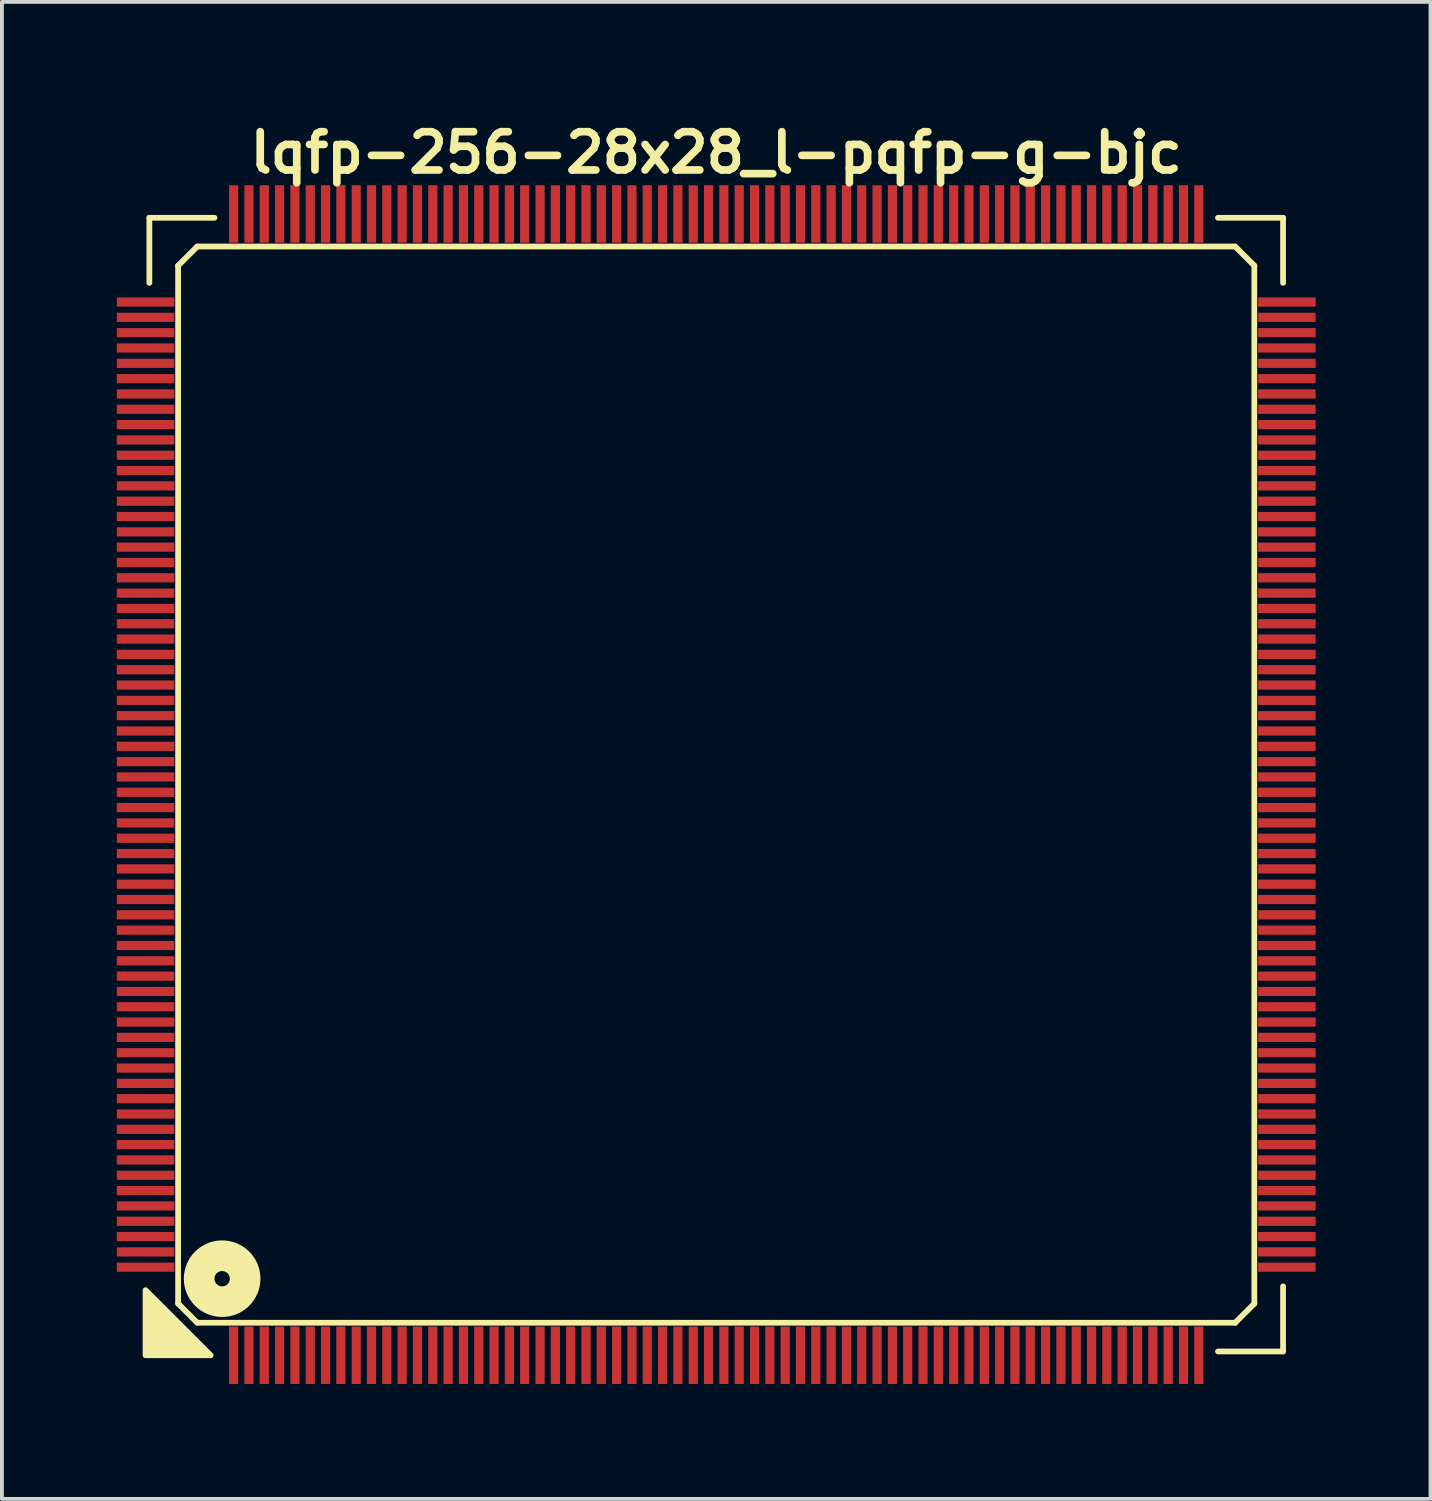
<source format=kicad_pcb>
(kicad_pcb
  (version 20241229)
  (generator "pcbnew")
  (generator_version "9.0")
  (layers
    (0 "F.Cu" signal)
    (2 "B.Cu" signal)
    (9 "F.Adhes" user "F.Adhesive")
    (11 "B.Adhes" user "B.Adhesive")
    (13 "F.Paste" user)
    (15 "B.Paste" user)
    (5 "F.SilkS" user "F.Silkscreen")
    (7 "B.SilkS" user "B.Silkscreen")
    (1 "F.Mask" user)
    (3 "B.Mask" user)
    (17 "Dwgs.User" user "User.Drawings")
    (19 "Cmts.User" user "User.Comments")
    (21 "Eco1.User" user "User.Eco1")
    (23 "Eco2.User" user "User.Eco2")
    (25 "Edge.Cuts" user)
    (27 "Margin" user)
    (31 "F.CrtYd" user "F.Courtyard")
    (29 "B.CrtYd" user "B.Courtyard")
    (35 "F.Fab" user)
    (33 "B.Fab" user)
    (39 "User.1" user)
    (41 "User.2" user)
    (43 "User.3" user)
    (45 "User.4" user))
  (footprint "lqfp-256-28x28_l-pqfp-g-bjc"
    (layer "F.Cu")
    (at 15.65 17.436)
    (property "Reference" "lqfp-256-28x28_l-pqfp-g-bjc" (at 0 -16.5 0) (layer "F.SilkS") (effects (font (size 1 1) (thickness 0.2))))
    (attr smd)
    (fp_line (start -14.8 -14.8) (end -13.1 -14.8) (stroke (width 0.15) (type solid)) (layer "F.SilkS"))
    (fp_line (start -14.8 -13.1) (end -14.8 -14.8) (stroke (width 0.15) (type solid)) (layer "F.SilkS"))
    (fp_line (start -14.05 -13.55) (end -13.55 -14.05) (stroke (width 0.15) (type solid)) (layer "F.SilkS"))
    (fp_line (start -14.05 13.55) (end -14.05 -13.55) (stroke (width 0.15) (type solid)) (layer "F.SilkS"))
    (fp_line (start -13.55 -14.05) (end 13.55 -14.05) (stroke (width 0.15) (type solid)) (layer "F.SilkS"))
    (fp_line (start -13.55 14.05) (end -14.05 13.55) (stroke (width 0.15) (type solid)) (layer "F.SilkS"))
    (fp_line (start 13.1 -14.8) (end 14.8 -14.8) (stroke (width 0.15) (type solid)) (layer "F.SilkS"))
    (fp_line (start 13.55 -14.05) (end 14.05 -13.55) (stroke (width 0.15) (type solid)) (layer "F.SilkS"))
    (fp_line (start 13.55 14.05) (end -13.55 14.05) (stroke (width 0.15) (type solid)) (layer "F.SilkS"))
    (fp_line (start 14.05 -13.55) (end 14.05 13.55) (stroke (width 0.15) (type solid)) (layer "F.SilkS"))
    (fp_line (start 14.05 13.55) (end 13.55 14.05) (stroke (width 0.15) (type solid)) (layer "F.SilkS"))
    (fp_line (start 14.8 -14.8) (end 14.8 -13.1) (stroke (width 0.15) (type solid)) (layer "F.SilkS"))
    (fp_line (start 14.8 13.1) (end 14.8 14.8) (stroke (width 0.15) (type solid)) (layer "F.SilkS"))
    (fp_line (start 14.8 14.8) (end 13.1 14.8) (stroke (width 0.15) (type solid)) (layer "F.SilkS"))
    (fp_circle (center -12.9 12.9) (end -12.7 12.9) (stroke (width 0.8) (type solid)) (fill no) (layer "F.SilkS"))
    (fp_poly (pts (xy -13.2 14.9) (xy -14.9 14.9) (xy -14.9 13.2)) (stroke (width 0.15) (type solid)) (fill yes) (layer "F.SilkS"))
    (pad "1" smd rect (at -12.6 14.9) (size 0.24 1.5) (layers "F.Cu" "F.Mask" "F.Paste"))
    (pad "2" smd rect (at -12.2 14.9) (size 0.24 1.5) (layers "F.Cu" "F.Mask" "F.Paste"))
    (pad "3" smd rect (at -11.8 14.9) (size 0.24 1.5) (layers "F.Cu" "F.Mask" "F.Paste"))
    (pad "4" smd rect (at -11.4 14.9) (size 0.24 1.5) (layers "F.Cu" "F.Mask" "F.Paste"))
    (pad "5" smd rect (at -11 14.9) (size 0.24 1.5) (layers "F.Cu" "F.Mask" "F.Paste"))
    (pad "6" smd rect (at -10.6 14.9) (size 0.24 1.5) (layers "F.Cu" "F.Mask" "F.Paste"))
    (pad "7" smd rect (at -10.2 14.9) (size 0.24 1.5) (layers "F.Cu" "F.Mask" "F.Paste"))
    (pad "8" smd rect (at -9.8 14.9) (size 0.24 1.5) (layers "F.Cu" "F.Mask" "F.Paste"))
    (pad "9" smd rect (at -9.4 14.9) (size 0.24 1.5) (layers "F.Cu" "F.Mask" "F.Paste"))
    (pad "10" smd rect (at -9 14.9) (size 0.24 1.5) (layers "F.Cu" "F.Mask" "F.Paste"))
    (pad "11" smd rect (at -8.6 14.9) (size 0.24 1.5) (layers "F.Cu" "F.Mask" "F.Paste"))
    (pad "12" smd rect (at -8.2 14.9) (size 0.24 1.5) (layers "F.Cu" "F.Mask" "F.Paste"))
    (pad "13" smd rect (at -7.8 14.9) (size 0.24 1.5) (layers "F.Cu" "F.Mask" "F.Paste"))
    (pad "14" smd rect (at -7.4 14.9) (size 0.24 1.5) (layers "F.Cu" "F.Mask" "F.Paste"))
    (pad "15" smd rect (at -7 14.9) (size 0.24 1.5) (layers "F.Cu" "F.Mask" "F.Paste"))
    (pad "16" smd rect (at -6.6 14.9) (size 0.24 1.5) (layers "F.Cu" "F.Mask" "F.Paste"))
    (pad "17" smd rect (at -6.2 14.9) (size 0.24 1.5) (layers "F.Cu" "F.Mask" "F.Paste"))
    (pad "18" smd rect (at -5.8 14.9) (size 0.24 1.5) (layers "F.Cu" "F.Mask" "F.Paste"))
    (pad "19" smd rect (at -5.4 14.9) (size 0.24 1.5) (layers "F.Cu" "F.Mask" "F.Paste"))
    (pad "20" smd rect (at -5 14.9) (size 0.24 1.5) (layers "F.Cu" "F.Mask" "F.Paste"))
    (pad "21" smd rect (at -4.6 14.9) (size 0.24 1.5) (layers "F.Cu" "F.Mask" "F.Paste"))
    (pad "22" smd rect (at -4.2 14.9) (size 0.24 1.5) (layers "F.Cu" "F.Mask" "F.Paste"))
    (pad "23" smd rect (at -3.8 14.9) (size 0.24 1.5) (layers "F.Cu" "F.Mask" "F.Paste"))
    (pad "24" smd rect (at -3.4 14.9) (size 0.24 1.5) (layers "F.Cu" "F.Mask" "F.Paste"))
    (pad "25" smd rect (at -3 14.9) (size 0.24 1.5) (layers "F.Cu" "F.Mask" "F.Paste"))
    (pad "26" smd rect (at -2.6 14.9) (size 0.24 1.5) (layers "F.Cu" "F.Mask" "F.Paste"))
    (pad "27" smd rect (at -2.2 14.9) (size 0.24 1.5) (layers "F.Cu" "F.Mask" "F.Paste"))
    (pad "28" smd rect (at -1.8 14.9) (size 0.24 1.5) (layers "F.Cu" "F.Mask" "F.Paste"))
    (pad "29" smd rect (at -1.4 14.9) (size 0.24 1.5) (layers "F.Cu" "F.Mask" "F.Paste"))
    (pad "30" smd rect (at -1 14.9) (size 0.24 1.5) (layers "F.Cu" "F.Mask" "F.Paste"))
    (pad "31" smd rect (at -0.6 14.9) (size 0.24 1.5) (layers "F.Cu" "F.Mask" "F.Paste"))
    (pad "32" smd rect (at -0.2 14.9) (size 0.24 1.5) (layers "F.Cu" "F.Mask" "F.Paste"))
    (pad "33" smd rect (at 0.2 14.9) (size 0.24 1.5) (layers "F.Cu" "F.Mask" "F.Paste"))
    (pad "34" smd rect (at 0.6 14.9) (size 0.24 1.5) (layers "F.Cu" "F.Mask" "F.Paste"))
    (pad "35" smd rect (at 1 14.9) (size 0.24 1.5) (layers "F.Cu" "F.Mask" "F.Paste"))
    (pad "36" smd rect (at 1.4 14.9) (size 0.24 1.5) (layers "F.Cu" "F.Mask" "F.Paste"))
    (pad "37" smd rect (at 1.8 14.9) (size 0.24 1.5) (layers "F.Cu" "F.Mask" "F.Paste"))
    (pad "38" smd rect (at 2.2 14.9) (size 0.24 1.5) (layers "F.Cu" "F.Mask" "F.Paste"))
    (pad "39" smd rect (at 2.6 14.9) (size 0.24 1.5) (layers "F.Cu" "F.Mask" "F.Paste"))
    (pad "40" smd rect (at 3 14.9) (size 0.24 1.5) (layers "F.Cu" "F.Mask" "F.Paste"))
    (pad "41" smd rect (at 3.4 14.9) (size 0.24 1.5) (layers "F.Cu" "F.Mask" "F.Paste"))
    (pad "42" smd rect (at 3.8 14.9) (size 0.24 1.5) (layers "F.Cu" "F.Mask" "F.Paste"))
    (pad "43" smd rect (at 4.2 14.9) (size 0.24 1.5) (layers "F.Cu" "F.Mask" "F.Paste"))
    (pad "44" smd rect (at 4.6 14.9) (size 0.24 1.5) (layers "F.Cu" "F.Mask" "F.Paste"))
    (pad "45" smd rect (at 5 14.9) (size 0.24 1.5) (layers "F.Cu" "F.Mask" "F.Paste"))
    (pad "46" smd rect (at 5.4 14.9) (size 0.24 1.5) (layers "F.Cu" "F.Mask" "F.Paste"))
    (pad "47" smd rect (at 5.8 14.9) (size 0.24 1.5) (layers "F.Cu" "F.Mask" "F.Paste"))
    (pad "48" smd rect (at 6.2 14.9) (size 0.24 1.5) (layers "F.Cu" "F.Mask" "F.Paste"))
    (pad "49" smd rect (at 6.6 14.9) (size 0.24 1.5) (layers "F.Cu" "F.Mask" "F.Paste"))
    (pad "50" smd rect (at 7 14.9) (size 0.24 1.5) (layers "F.Cu" "F.Mask" "F.Paste"))
    (pad "51" smd rect (at 7.4 14.9) (size 0.24 1.5) (layers "F.Cu" "F.Mask" "F.Paste"))
    (pad "52" smd rect (at 7.8 14.9) (size 0.24 1.5) (layers "F.Cu" "F.Mask" "F.Paste"))
    (pad "53" smd rect (at 8.2 14.9) (size 0.24 1.5) (layers "F.Cu" "F.Mask" "F.Paste"))
    (pad "54" smd rect (at 8.6 14.9) (size 0.24 1.5) (layers "F.Cu" "F.Mask" "F.Paste"))
    (pad "55" smd rect (at 9 14.9) (size 0.24 1.5) (layers "F.Cu" "F.Mask" "F.Paste"))
    (pad "56" smd rect (at 9.4 14.9) (size 0.24 1.5) (layers "F.Cu" "F.Mask" "F.Paste"))
    (pad "57" smd rect (at 9.8 14.9) (size 0.24 1.5) (layers "F.Cu" "F.Mask" "F.Paste"))
    (pad "58" smd rect (at 10.2 14.9) (size 0.24 1.5) (layers "F.Cu" "F.Mask" "F.Paste"))
    (pad "59" smd rect (at 10.6 14.9) (size 0.24 1.5) (layers "F.Cu" "F.Mask" "F.Paste"))
    (pad "60" smd rect (at 11 14.9) (size 0.24 1.5) (layers "F.Cu" "F.Mask" "F.Paste"))
    (pad "61" smd rect (at 11.4 14.9) (size 0.24 1.5) (layers "F.Cu" "F.Mask" "F.Paste"))
    (pad "62" smd rect (at 11.8 14.9) (size 0.24 1.5) (layers "F.Cu" "F.Mask" "F.Paste"))
    (pad "63" smd rect (at 12.2 14.9) (size 0.24 1.5) (layers "F.Cu" "F.Mask" "F.Paste"))
    (pad "64" smd rect (at 12.6 14.9) (size 0.24 1.5) (layers "F.Cu" "F.Mask" "F.Paste"))
    (pad "65" smd rect (at 14.9 12.6) (size 1.5 0.24) (layers "F.Cu" "F.Mask" "F.Paste"))
    (pad "66" smd rect (at 14.9 12.2) (size 1.5 0.24) (layers "F.Cu" "F.Mask" "F.Paste"))
    (pad "67" smd rect (at 14.9 11.8) (size 1.5 0.24) (layers "F.Cu" "F.Mask" "F.Paste"))
    (pad "68" smd rect (at 14.9 11.4) (size 1.5 0.24) (layers "F.Cu" "F.Mask" "F.Paste"))
    (pad "69" smd rect (at 14.9 11) (size 1.5 0.24) (layers "F.Cu" "F.Mask" "F.Paste"))
    (pad "70" smd rect (at 14.9 10.6) (size 1.5 0.24) (layers "F.Cu" "F.Mask" "F.Paste"))
    (pad "71" smd rect (at 14.9 10.2) (size 1.5 0.24) (layers "F.Cu" "F.Mask" "F.Paste"))
    (pad "72" smd rect (at 14.9 9.8) (size 1.5 0.24) (layers "F.Cu" "F.Mask" "F.Paste"))
    (pad "73" smd rect (at 14.9 9.4) (size 1.5 0.24) (layers "F.Cu" "F.Mask" "F.Paste"))
    (pad "74" smd rect (at 14.9 9) (size 1.5 0.24) (layers "F.Cu" "F.Mask" "F.Paste"))
    (pad "75" smd rect (at 14.9 8.6) (size 1.5 0.24) (layers "F.Cu" "F.Mask" "F.Paste"))
    (pad "76" smd rect (at 14.9 8.2) (size 1.5 0.24) (layers "F.Cu" "F.Mask" "F.Paste"))
    (pad "77" smd rect (at 14.9 7.8) (size 1.5 0.24) (layers "F.Cu" "F.Mask" "F.Paste"))
    (pad "78" smd rect (at 14.9 7.4) (size 1.5 0.24) (layers "F.Cu" "F.Mask" "F.Paste"))
    (pad "79" smd rect (at 14.9 7) (size 1.5 0.24) (layers "F.Cu" "F.Mask" "F.Paste"))
    (pad "80" smd rect (at 14.9 6.6) (size 1.5 0.24) (layers "F.Cu" "F.Mask" "F.Paste"))
    (pad "81" smd rect (at 14.9 6.2) (size 1.5 0.24) (layers "F.Cu" "F.Mask" "F.Paste"))
    (pad "82" smd rect (at 14.9 5.8) (size 1.5 0.24) (layers "F.Cu" "F.Mask" "F.Paste"))
    (pad "83" smd rect (at 14.9 5.4) (size 1.5 0.24) (layers "F.Cu" "F.Mask" "F.Paste"))
    (pad "84" smd rect (at 14.9 5) (size 1.5 0.24) (layers "F.Cu" "F.Mask" "F.Paste"))
    (pad "85" smd rect (at 14.9 4.6) (size 1.5 0.24) (layers "F.Cu" "F.Mask" "F.Paste"))
    (pad "86" smd rect (at 14.9 4.2) (size 1.5 0.24) (layers "F.Cu" "F.Mask" "F.Paste"))
    (pad "87" smd rect (at 14.9 3.8) (size 1.5 0.24) (layers "F.Cu" "F.Mask" "F.Paste"))
    (pad "88" smd rect (at 14.9 3.4) (size 1.5 0.24) (layers "F.Cu" "F.Mask" "F.Paste"))
    (pad "89" smd rect (at 14.9 3) (size 1.5 0.24) (layers "F.Cu" "F.Mask" "F.Paste"))
    (pad "90" smd rect (at 14.9 2.6) (size 1.5 0.24) (layers "F.Cu" "F.Mask" "F.Paste"))
    (pad "91" smd rect (at 14.9 2.2) (size 1.5 0.24) (layers "F.Cu" "F.Mask" "F.Paste"))
    (pad "92" smd rect (at 14.9 1.8) (size 1.5 0.24) (layers "F.Cu" "F.Mask" "F.Paste"))
    (pad "93" smd rect (at 14.9 1.4) (size 1.5 0.24) (layers "F.Cu" "F.Mask" "F.Paste"))
    (pad "94" smd rect (at 14.9 1) (size 1.5 0.24) (layers "F.Cu" "F.Mask" "F.Paste"))
    (pad "95" smd rect (at 14.9 0.6) (size 1.5 0.24) (layers "F.Cu" "F.Mask" "F.Paste"))
    (pad "96" smd rect (at 14.9 0.2) (size 1.5 0.24) (layers "F.Cu" "F.Mask" "F.Paste"))
    (pad "97" smd rect (at 14.9 -0.2) (size 1.5 0.24) (layers "F.Cu" "F.Mask" "F.Paste"))
    (pad "98" smd rect (at 14.9 -0.6) (size 1.5 0.24) (layers "F.Cu" "F.Mask" "F.Paste"))
    (pad "99" smd rect (at 14.9 -1) (size 1.5 0.24) (layers "F.Cu" "F.Mask" "F.Paste"))
    (pad "100" smd rect (at 14.9 -1.4) (size 1.5 0.24) (layers "F.Cu" "F.Mask" "F.Paste"))
    (pad "101" smd rect (at 14.9 -1.8) (size 1.5 0.24) (layers "F.Cu" "F.Mask" "F.Paste"))
    (pad "102" smd rect (at 14.9 -2.2) (size 1.5 0.24) (layers "F.Cu" "F.Mask" "F.Paste"))
    (pad "103" smd rect (at 14.9 -2.6) (size 1.5 0.24) (layers "F.Cu" "F.Mask" "F.Paste"))
    (pad "104" smd rect (at 14.9 -3) (size 1.5 0.24) (layers "F.Cu" "F.Mask" "F.Paste"))
    (pad "105" smd rect (at 14.9 -3.4) (size 1.5 0.24) (layers "F.Cu" "F.Mask" "F.Paste"))
    (pad "106" smd rect (at 14.9 -3.8) (size 1.5 0.24) (layers "F.Cu" "F.Mask" "F.Paste"))
    (pad "107" smd rect (at 14.9 -4.2) (size 1.5 0.24) (layers "F.Cu" "F.Mask" "F.Paste"))
    (pad "108" smd rect (at 14.9 -4.6) (size 1.5 0.24) (layers "F.Cu" "F.Mask" "F.Paste"))
    (pad "109" smd rect (at 14.9 -5) (size 1.5 0.24) (layers "F.Cu" "F.Mask" "F.Paste"))
    (pad "110" smd rect (at 14.9 -5.4) (size 1.5 0.24) (layers "F.Cu" "F.Mask" "F.Paste"))
    (pad "111" smd rect (at 14.9 -5.8) (size 1.5 0.24) (layers "F.Cu" "F.Mask" "F.Paste"))
    (pad "112" smd rect (at 14.9 -6.2) (size 1.5 0.24) (layers "F.Cu" "F.Mask" "F.Paste"))
    (pad "113" smd rect (at 14.9 -6.6) (size 1.5 0.24) (layers "F.Cu" "F.Mask" "F.Paste"))
    (pad "114" smd rect (at 14.9 -7) (size 1.5 0.24) (layers "F.Cu" "F.Mask" "F.Paste"))
    (pad "115" smd rect (at 14.9 -7.4) (size 1.5 0.24) (layers "F.Cu" "F.Mask" "F.Paste"))
    (pad "116" smd rect (at 14.9 -7.8) (size 1.5 0.24) (layers "F.Cu" "F.Mask" "F.Paste"))
    (pad "117" smd rect (at 14.9 -8.2) (size 1.5 0.24) (layers "F.Cu" "F.Mask" "F.Paste"))
    (pad "118" smd rect (at 14.9 -8.6) (size 1.5 0.24) (layers "F.Cu" "F.Mask" "F.Paste"))
    (pad "119" smd rect (at 14.9 -9) (size 1.5 0.24) (layers "F.Cu" "F.Mask" "F.Paste"))
    (pad "120" smd rect (at 14.9 -9.4) (size 1.5 0.24) (layers "F.Cu" "F.Mask" "F.Paste"))
    (pad "121" smd rect (at 14.9 -9.8) (size 1.5 0.24) (layers "F.Cu" "F.Mask" "F.Paste"))
    (pad "122" smd rect (at 14.9 -10.2) (size 1.5 0.24) (layers "F.Cu" "F.Mask" "F.Paste"))
    (pad "123" smd rect (at 14.9 -10.6) (size 1.5 0.24) (layers "F.Cu" "F.Mask" "F.Paste"))
    (pad "124" smd rect (at 14.9 -11) (size 1.5 0.24) (layers "F.Cu" "F.Mask" "F.Paste"))
    (pad "125" smd rect (at 14.9 -11.4) (size 1.5 0.24) (layers "F.Cu" "F.Mask" "F.Paste"))
    (pad "126" smd rect (at 14.9 -11.8) (size 1.5 0.24) (layers "F.Cu" "F.Mask" "F.Paste"))
    (pad "127" smd rect (at 14.9 -12.2) (size 1.5 0.24) (layers "F.Cu" "F.Mask" "F.Paste"))
    (pad "128" smd rect (at 14.9 -12.6) (size 1.5 0.24) (layers "F.Cu" "F.Mask" "F.Paste"))
    (pad "129" smd rect (at 12.6 -14.9) (size 0.24 1.5) (layers "F.Cu" "F.Mask" "F.Paste"))
    (pad "130" smd rect (at 12.2 -14.9) (size 0.24 1.5) (layers "F.Cu" "F.Mask" "F.Paste"))
    (pad "131" smd rect (at 11.8 -14.9) (size 0.24 1.5) (layers "F.Cu" "F.Mask" "F.Paste"))
    (pad "132" smd rect (at 11.4 -14.9) (size 0.24 1.5) (layers "F.Cu" "F.Mask" "F.Paste"))
    (pad "133" smd rect (at 11 -14.9) (size 0.24 1.5) (layers "F.Cu" "F.Mask" "F.Paste"))
    (pad "134" smd rect (at 10.6 -14.9) (size 0.24 1.5) (layers "F.Cu" "F.Mask" "F.Paste"))
    (pad "135" smd rect (at 10.2 -14.9) (size 0.24 1.5) (layers "F.Cu" "F.Mask" "F.Paste"))
    (pad "136" smd rect (at 9.8 -14.9) (size 0.24 1.5) (layers "F.Cu" "F.Mask" "F.Paste"))
    (pad "137" smd rect (at 9.4 -14.9) (size 0.24 1.5) (layers "F.Cu" "F.Mask" "F.Paste"))
    (pad "138" smd rect (at 9 -14.9) (size 0.24 1.5) (layers "F.Cu" "F.Mask" "F.Paste"))
    (pad "139" smd rect (at 8.6 -14.9) (size 0.24 1.5) (layers "F.Cu" "F.Mask" "F.Paste"))
    (pad "140" smd rect (at 8.2 -14.9) (size 0.24 1.5) (layers "F.Cu" "F.Mask" "F.Paste"))
    (pad "141" smd rect (at 7.8 -14.9) (size 0.24 1.5) (layers "F.Cu" "F.Mask" "F.Paste"))
    (pad "142" smd rect (at 7.4 -14.9) (size 0.24 1.5) (layers "F.Cu" "F.Mask" "F.Paste"))
    (pad "143" smd rect (at 7 -14.9) (size 0.24 1.5) (layers "F.Cu" "F.Mask" "F.Paste"))
    (pad "144" smd rect (at 6.6 -14.9) (size 0.24 1.5) (layers "F.Cu" "F.Mask" "F.Paste"))
    (pad "145" smd rect (at 6.2 -14.9) (size 0.24 1.5) (layers "F.Cu" "F.Mask" "F.Paste"))
    (pad "146" smd rect (at 5.8 -14.9) (size 0.24 1.5) (layers "F.Cu" "F.Mask" "F.Paste"))
    (pad "147" smd rect (at 5.4 -14.9) (size 0.24 1.5) (layers "F.Cu" "F.Mask" "F.Paste"))
    (pad "148" smd rect (at 5 -14.9) (size 0.24 1.5) (layers "F.Cu" "F.Mask" "F.Paste"))
    (pad "149" smd rect (at 4.6 -14.9) (size 0.24 1.5) (layers "F.Cu" "F.Mask" "F.Paste"))
    (pad "150" smd rect (at 4.2 -14.9) (size 0.24 1.5) (layers "F.Cu" "F.Mask" "F.Paste"))
    (pad "151" smd rect (at 3.8 -14.9) (size 0.24 1.5) (layers "F.Cu" "F.Mask" "F.Paste"))
    (pad "152" smd rect (at 3.4 -14.9) (size 0.24 1.5) (layers "F.Cu" "F.Mask" "F.Paste"))
    (pad "153" smd rect (at 3 -14.9) (size 0.24 1.5) (layers "F.Cu" "F.Mask" "F.Paste"))
    (pad "154" smd rect (at 2.6 -14.9) (size 0.24 1.5) (layers "F.Cu" "F.Mask" "F.Paste"))
    (pad "155" smd rect (at 2.2 -14.9) (size 0.24 1.5) (layers "F.Cu" "F.Mask" "F.Paste"))
    (pad "156" smd rect (at 1.8 -14.9) (size 0.24 1.5) (layers "F.Cu" "F.Mask" "F.Paste"))
    (pad "157" smd rect (at 1.4 -14.9) (size 0.24 1.5) (layers "F.Cu" "F.Mask" "F.Paste"))
    (pad "158" smd rect (at 1 -14.9) (size 0.24 1.5) (layers "F.Cu" "F.Mask" "F.Paste"))
    (pad "159" smd rect (at 0.6 -14.9) (size 0.24 1.5) (layers "F.Cu" "F.Mask" "F.Paste"))
    (pad "160" smd rect (at 0.2 -14.9) (size 0.24 1.5) (layers "F.Cu" "F.Mask" "F.Paste"))
    (pad "161" smd rect (at -0.2 -14.9) (size 0.24 1.5) (layers "F.Cu" "F.Mask" "F.Paste"))
    (pad "162" smd rect (at -0.6 -14.9) (size 0.24 1.5) (layers "F.Cu" "F.Mask" "F.Paste"))
    (pad "163" smd rect (at -1 -14.9) (size 0.24 1.5) (layers "F.Cu" "F.Mask" "F.Paste"))
    (pad "164" smd rect (at -1.4 -14.9) (size 0.24 1.5) (layers "F.Cu" "F.Mask" "F.Paste"))
    (pad "165" smd rect (at -1.8 -14.9) (size 0.24 1.5) (layers "F.Cu" "F.Mask" "F.Paste"))
    (pad "166" smd rect (at -2.2 -14.9) (size 0.24 1.5) (layers "F.Cu" "F.Mask" "F.Paste"))
    (pad "167" smd rect (at -2.6 -14.9) (size 0.24 1.5) (layers "F.Cu" "F.Mask" "F.Paste"))
    (pad "168" smd rect (at -3 -14.9) (size 0.24 1.5) (layers "F.Cu" "F.Mask" "F.Paste"))
    (pad "169" smd rect (at -3.4 -14.9) (size 0.24 1.5) (layers "F.Cu" "F.Mask" "F.Paste"))
    (pad "170" smd rect (at -3.8 -14.9) (size 0.24 1.5) (layers "F.Cu" "F.Mask" "F.Paste"))
    (pad "171" smd rect (at -4.2 -14.9) (size 0.24 1.5) (layers "F.Cu" "F.Mask" "F.Paste"))
    (pad "172" smd rect (at -4.6 -14.9) (size 0.24 1.5) (layers "F.Cu" "F.Mask" "F.Paste"))
    (pad "173" smd rect (at -5 -14.9) (size 0.24 1.5) (layers "F.Cu" "F.Mask" "F.Paste"))
    (pad "174" smd rect (at -5.4 -14.9) (size 0.24 1.5) (layers "F.Cu" "F.Mask" "F.Paste"))
    (pad "175" smd rect (at -5.8 -14.9) (size 0.24 1.5) (layers "F.Cu" "F.Mask" "F.Paste"))
    (pad "176" smd rect (at -6.2 -14.9) (size 0.24 1.5) (layers "F.Cu" "F.Mask" "F.Paste"))
    (pad "177" smd rect (at -6.6 -14.9) (size 0.24 1.5) (layers "F.Cu" "F.Mask" "F.Paste"))
    (pad "178" smd rect (at -7 -14.9) (size 0.24 1.5) (layers "F.Cu" "F.Mask" "F.Paste"))
    (pad "179" smd rect (at -7.4 -14.9) (size 0.24 1.5) (layers "F.Cu" "F.Mask" "F.Paste"))
    (pad "180" smd rect (at -7.8 -14.9) (size 0.24 1.5) (layers "F.Cu" "F.Mask" "F.Paste"))
    (pad "181" smd rect (at -8.2 -14.9) (size 0.24 1.5) (layers "F.Cu" "F.Mask" "F.Paste"))
    (pad "182" smd rect (at -8.6 -14.9) (size 0.24 1.5) (layers "F.Cu" "F.Mask" "F.Paste"))
    (pad "183" smd rect (at -9 -14.9) (size 0.24 1.5) (layers "F.Cu" "F.Mask" "F.Paste"))
    (pad "184" smd rect (at -9.4 -14.9) (size 0.24 1.5) (layers "F.Cu" "F.Mask" "F.Paste"))
    (pad "185" smd rect (at -9.8 -14.9) (size 0.24 1.5) (layers "F.Cu" "F.Mask" "F.Paste"))
    (pad "186" smd rect (at -10.2 -14.9) (size 0.24 1.5) (layers "F.Cu" "F.Mask" "F.Paste"))
    (pad "187" smd rect (at -10.6 -14.9) (size 0.24 1.5) (layers "F.Cu" "F.Mask" "F.Paste"))
    (pad "188" smd rect (at -11 -14.9) (size 0.24 1.5) (layers "F.Cu" "F.Mask" "F.Paste"))
    (pad "189" smd rect (at -11.4 -14.9) (size 0.24 1.5) (layers "F.Cu" "F.Mask" "F.Paste"))
    (pad "190" smd rect (at -11.8 -14.9) (size 0.24 1.5) (layers "F.Cu" "F.Mask" "F.Paste"))
    (pad "191" smd rect (at -12.2 -14.9) (size 0.24 1.5) (layers "F.Cu" "F.Mask" "F.Paste"))
    (pad "192" smd rect (at -12.6 -14.9) (size 0.24 1.5) (layers "F.Cu" "F.Mask" "F.Paste"))
    (pad "193" smd rect (at -14.9 -12.6) (size 1.5 0.24) (layers "F.Cu" "F.Mask" "F.Paste"))
    (pad "194" smd rect (at -14.9 -12.2) (size 1.5 0.24) (layers "F.Cu" "F.Mask" "F.Paste"))
    (pad "195" smd rect (at -14.9 -11.8) (size 1.5 0.24) (layers "F.Cu" "F.Mask" "F.Paste"))
    (pad "196" smd rect (at -14.9 -11.4) (size 1.5 0.24) (layers "F.Cu" "F.Mask" "F.Paste"))
    (pad "197" smd rect (at -14.9 -11) (size 1.5 0.24) (layers "F.Cu" "F.Mask" "F.Paste"))
    (pad "198" smd rect (at -14.9 -10.6) (size 1.5 0.24) (layers "F.Cu" "F.Mask" "F.Paste"))
    (pad "199" smd rect (at -14.9 -10.2) (size 1.5 0.24) (layers "F.Cu" "F.Mask" "F.Paste"))
    (pad "200" smd rect (at -14.9 -9.8) (size 1.5 0.24) (layers "F.Cu" "F.Mask" "F.Paste"))
    (pad "201" smd rect (at -14.9 -9.4) (size 1.5 0.24) (layers "F.Cu" "F.Mask" "F.Paste"))
    (pad "202" smd rect (at -14.9 -9) (size 1.5 0.24) (layers "F.Cu" "F.Mask" "F.Paste"))
    (pad "203" smd rect (at -14.9 -8.6) (size 1.5 0.24) (layers "F.Cu" "F.Mask" "F.Paste"))
    (pad "204" smd rect (at -14.9 -8.2) (size 1.5 0.24) (layers "F.Cu" "F.Mask" "F.Paste"))
    (pad "205" smd rect (at -14.9 -7.8) (size 1.5 0.24) (layers "F.Cu" "F.Mask" "F.Paste"))
    (pad "206" smd rect (at -14.9 -7.4) (size 1.5 0.24) (layers "F.Cu" "F.Mask" "F.Paste"))
    (pad "207" smd rect (at -14.9 -7) (size 1.5 0.24) (layers "F.Cu" "F.Mask" "F.Paste"))
    (pad "208" smd rect (at -14.9 -6.6) (size 1.5 0.24) (layers "F.Cu" "F.Mask" "F.Paste"))
    (pad "209" smd rect (at -14.9 -6.2) (size 1.5 0.24) (layers "F.Cu" "F.Mask" "F.Paste"))
    (pad "210" smd rect (at -14.9 -5.8) (size 1.5 0.24) (layers "F.Cu" "F.Mask" "F.Paste"))
    (pad "211" smd rect (at -14.9 -5.4) (size 1.5 0.24) (layers "F.Cu" "F.Mask" "F.Paste"))
    (pad "212" smd rect (at -14.9 -5) (size 1.5 0.24) (layers "F.Cu" "F.Mask" "F.Paste"))
    (pad "213" smd rect (at -14.9 -4.6) (size 1.5 0.24) (layers "F.Cu" "F.Mask" "F.Paste"))
    (pad "214" smd rect (at -14.9 -4.2) (size 1.5 0.24) (layers "F.Cu" "F.Mask" "F.Paste"))
    (pad "215" smd rect (at -14.9 -3.8) (size 1.5 0.24) (layers "F.Cu" "F.Mask" "F.Paste"))
    (pad "216" smd rect (at -14.9 -3.4) (size 1.5 0.24) (layers "F.Cu" "F.Mask" "F.Paste"))
    (pad "217" smd rect (at -14.9 -3) (size 1.5 0.24) (layers "F.Cu" "F.Mask" "F.Paste"))
    (pad "218" smd rect (at -14.9 -2.6) (size 1.5 0.24) (layers "F.Cu" "F.Mask" "F.Paste"))
    (pad "219" smd rect (at -14.9 -2.2) (size 1.5 0.24) (layers "F.Cu" "F.Mask" "F.Paste"))
    (pad "220" smd rect (at -14.9 -1.8) (size 1.5 0.24) (layers "F.Cu" "F.Mask" "F.Paste"))
    (pad "221" smd rect (at -14.9 -1.4) (size 1.5 0.24) (layers "F.Cu" "F.Mask" "F.Paste"))
    (pad "222" smd rect (at -14.9 -1) (size 1.5 0.24) (layers "F.Cu" "F.Mask" "F.Paste"))
    (pad "223" smd rect (at -14.9 -0.6) (size 1.5 0.24) (layers "F.Cu" "F.Mask" "F.Paste"))
    (pad "224" smd rect (at -14.9 -0.2) (size 1.5 0.24) (layers "F.Cu" "F.Mask" "F.Paste"))
    (pad "225" smd rect (at -14.9 0.2) (size 1.5 0.24) (layers "F.Cu" "F.Mask" "F.Paste"))
    (pad "226" smd rect (at -14.9 0.6) (size 1.5 0.24) (layers "F.Cu" "F.Mask" "F.Paste"))
    (pad "227" smd rect (at -14.9 1) (size 1.5 0.24) (layers "F.Cu" "F.Mask" "F.Paste"))
    (pad "228" smd rect (at -14.9 1.4) (size 1.5 0.24) (layers "F.Cu" "F.Mask" "F.Paste"))
    (pad "229" smd rect (at -14.9 1.8) (size 1.5 0.24) (layers "F.Cu" "F.Mask" "F.Paste"))
    (pad "230" smd rect (at -14.9 2.2) (size 1.5 0.24) (layers "F.Cu" "F.Mask" "F.Paste"))
    (pad "231" smd rect (at -14.9 2.6) (size 1.5 0.24) (layers "F.Cu" "F.Mask" "F.Paste"))
    (pad "232" smd rect (at -14.9 3) (size 1.5 0.24) (layers "F.Cu" "F.Mask" "F.Paste"))
    (pad "233" smd rect (at -14.9 3.4) (size 1.5 0.24) (layers "F.Cu" "F.Mask" "F.Paste"))
    (pad "234" smd rect (at -14.9 3.8) (size 1.5 0.24) (layers "F.Cu" "F.Mask" "F.Paste"))
    (pad "235" smd rect (at -14.9 4.2) (size 1.5 0.24) (layers "F.Cu" "F.Mask" "F.Paste"))
    (pad "236" smd rect (at -14.9 4.6) (size 1.5 0.24) (layers "F.Cu" "F.Mask" "F.Paste"))
    (pad "237" smd rect (at -14.9 5) (size 1.5 0.24) (layers "F.Cu" "F.Mask" "F.Paste"))
    (pad "238" smd rect (at -14.9 5.4) (size 1.5 0.24) (layers "F.Cu" "F.Mask" "F.Paste"))
    (pad "239" smd rect (at -14.9 5.8) (size 1.5 0.24) (layers "F.Cu" "F.Mask" "F.Paste"))
    (pad "240" smd rect (at -14.9 6.2) (size 1.5 0.24) (layers "F.Cu" "F.Mask" "F.Paste"))
    (pad "241" smd rect (at -14.9 6.6) (size 1.5 0.24) (layers "F.Cu" "F.Mask" "F.Paste"))
    (pad "242" smd rect (at -14.9 7) (size 1.5 0.24) (layers "F.Cu" "F.Mask" "F.Paste"))
    (pad "243" smd rect (at -14.9 7.4) (size 1.5 0.24) (layers "F.Cu" "F.Mask" "F.Paste"))
    (pad "244" smd rect (at -14.9 7.8) (size 1.5 0.24) (layers "F.Cu" "F.Mask" "F.Paste"))
    (pad "245" smd rect (at -14.9 8.2) (size 1.5 0.24) (layers "F.Cu" "F.Mask" "F.Paste"))
    (pad "246" smd rect (at -14.9 8.6) (size 1.5 0.24) (layers "F.Cu" "F.Mask" "F.Paste"))
    (pad "247" smd rect (at -14.9 9) (size 1.5 0.24) (layers "F.Cu" "F.Mask" "F.Paste"))
    (pad "248" smd rect (at -14.9 9.4) (size 1.5 0.24) (layers "F.Cu" "F.Mask" "F.Paste"))
    (pad "249" smd rect (at -14.9 9.8) (size 1.5 0.24) (layers "F.Cu" "F.Mask" "F.Paste"))
    (pad "250" smd rect (at -14.9 10.2) (size 1.5 0.24) (layers "F.Cu" "F.Mask" "F.Paste"))
    (pad "251" smd rect (at -14.9 10.6) (size 1.5 0.24) (layers "F.Cu" "F.Mask" "F.Paste"))
    (pad "252" smd rect (at -14.9 11) (size 1.5 0.24) (layers "F.Cu" "F.Mask" "F.Paste"))
    (pad "253" smd rect (at -14.9 11.4) (size 1.5 0.24) (layers "F.Cu" "F.Mask" "F.Paste"))
    (pad "254" smd rect (at -14.9 11.8) (size 1.5 0.24) (layers "F.Cu" "F.Mask" "F.Paste"))
    (pad "255" smd rect (at -14.9 12.2) (size 1.5 0.24) (layers "F.Cu" "F.Mask" "F.Paste"))
    (pad "256" smd rect (at -14.9 12.6) (size 1.5 0.24) (layers "F.Cu" "F.Mask" "F.Paste")))
  (gr_rect
    (start -3 -3)
    (end 34.3 36.086)
    (stroke (width 0.1) (type default))
    (fill no)
    (layer "Edge.Cuts")))
</source>
